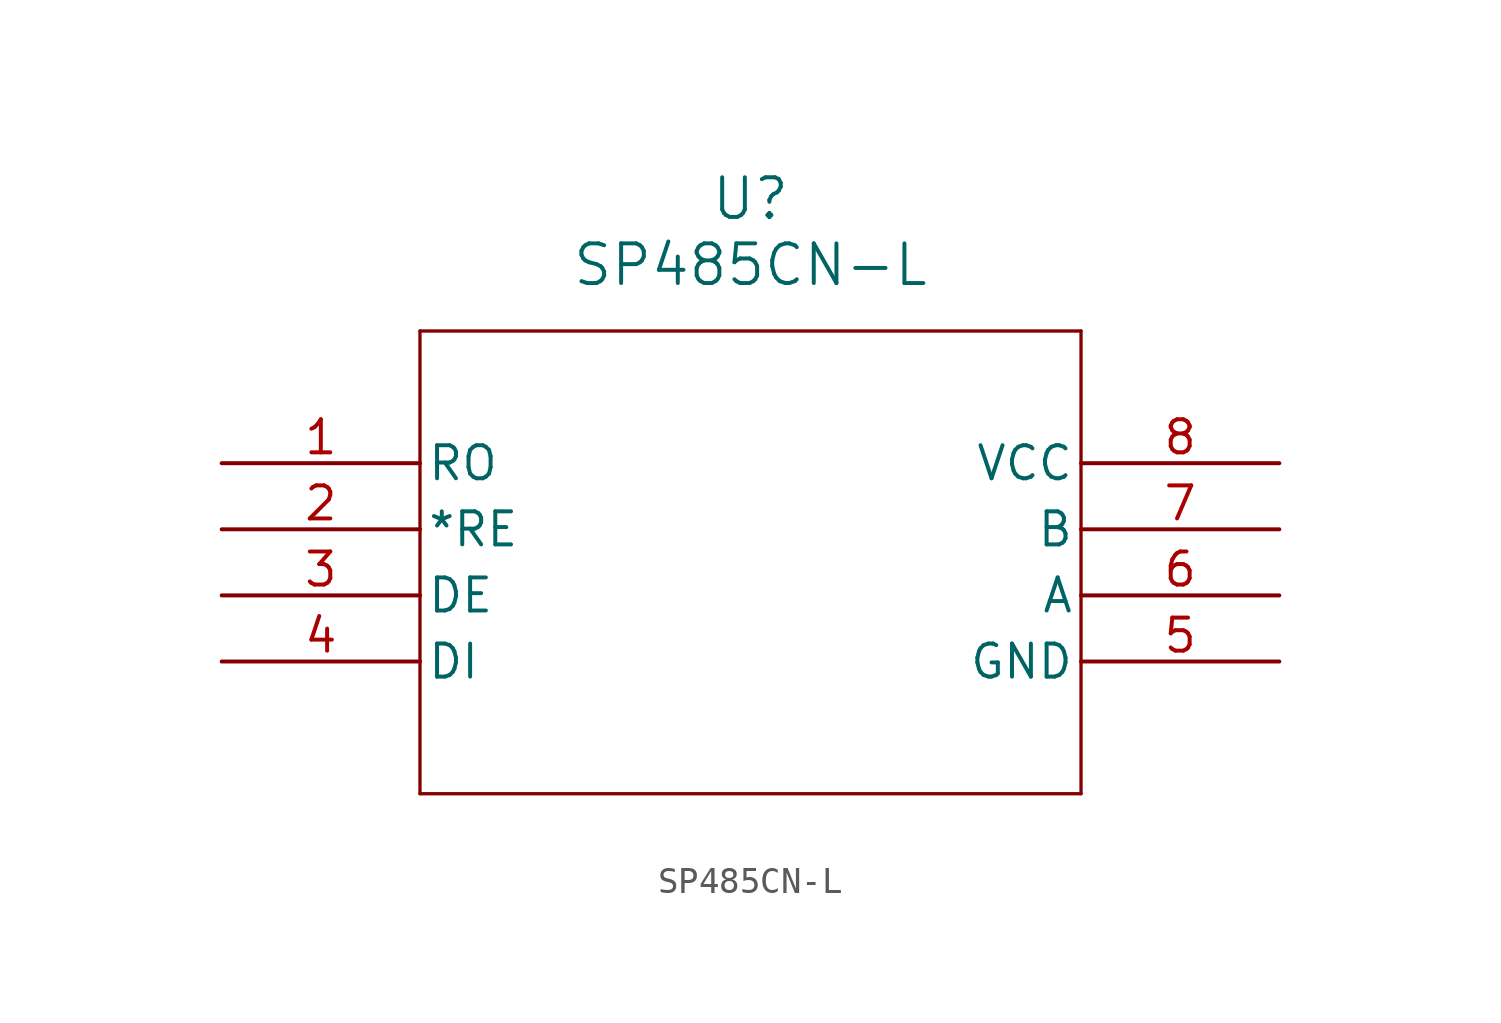
<source format=kicad_sym>
(kicad_symbol_lib
  (version 20211014)
  (generator kicad_symbol_editor)
  (symbol "SP485CN-L"
    (pin_names
      (offset 0.254))
    (property "Reference" "U"
      (at 20.32 10.16 0)
      (effects (font (size 1.524 1.524))))
    (property "Value" "SP485CN-L"
      (at 20.32 7.62 0)
      (effects (font (size 1.524 1.524))))
    (symbol "SP485CN-L_0_1"
      (polyline (pts (xy 7.62 5.08) (xy 7.62 -12.7)) (stroke (width 0.127) (type default) (color 0 0 0 0)) (fill (type none)))
      (polyline (pts (xy 7.62 -12.7) (xy 33.02 -12.7)) (stroke (width 0.127) (type default) (color 0 0 0 0)) (fill (type none)))
      (polyline (pts (xy 33.02 -12.7) (xy 33.02 5.08)) (stroke (width 0.127) (type default) (color 0 0 0 0)) (fill (type none)))
      (polyline (pts (xy 33.02 5.08) (xy 7.62 5.08)) (stroke (width 0.127) (type default) (color 0 0 0 0)) (fill (type none)))
      (pin output line (at 0 0 0) (length 7.62) (name "RO" (effects (font (size 1.27 1.27)))) (number "1" (effects (font (size 1.27 1.27)))))
      (pin output line (at 0 -2.54 0) (length 7.62) (name "*RE" (effects (font (size 1.27 1.27)))) (number "2" (effects (font (size 1.27 1.27)))))
      (pin output line (at 0 -5.08 0) (length 7.62) (name "DE" (effects (font (size 1.27 1.27)))) (number "3" (effects (font (size 1.27 1.27)))))
      (pin input line (at 0 -7.62 0) (length 7.62) (name "DI" (effects (font (size 1.27 1.27)))) (number "4" (effects (font (size 1.27 1.27)))))
      (pin power_out line (at 40.64 -7.62 180) (length 7.62) (name "GND" (effects (font (size 1.27 1.27)))) (number "5" (effects (font (size 1.27 1.27)))))
      (pin bidirectional line (at 40.64 -5.08 180) (length 7.62) (name "A" (effects (font (size 1.27 1.27)))) (number "6" (effects (font (size 1.27 1.27)))))
      (pin bidirectional line (at 40.64 -2.54 180) (length 7.62) (name "B" (effects (font (size 1.27 1.27)))) (number "7" (effects (font (size 1.27 1.27)))))
      (pin power_in line (at 40.64 0 180) (length 7.62) (name "VCC" (effects (font (size 1.27 1.27)))) (number "8" (effects (font (size 1.27 1.27))))))))
</source>
